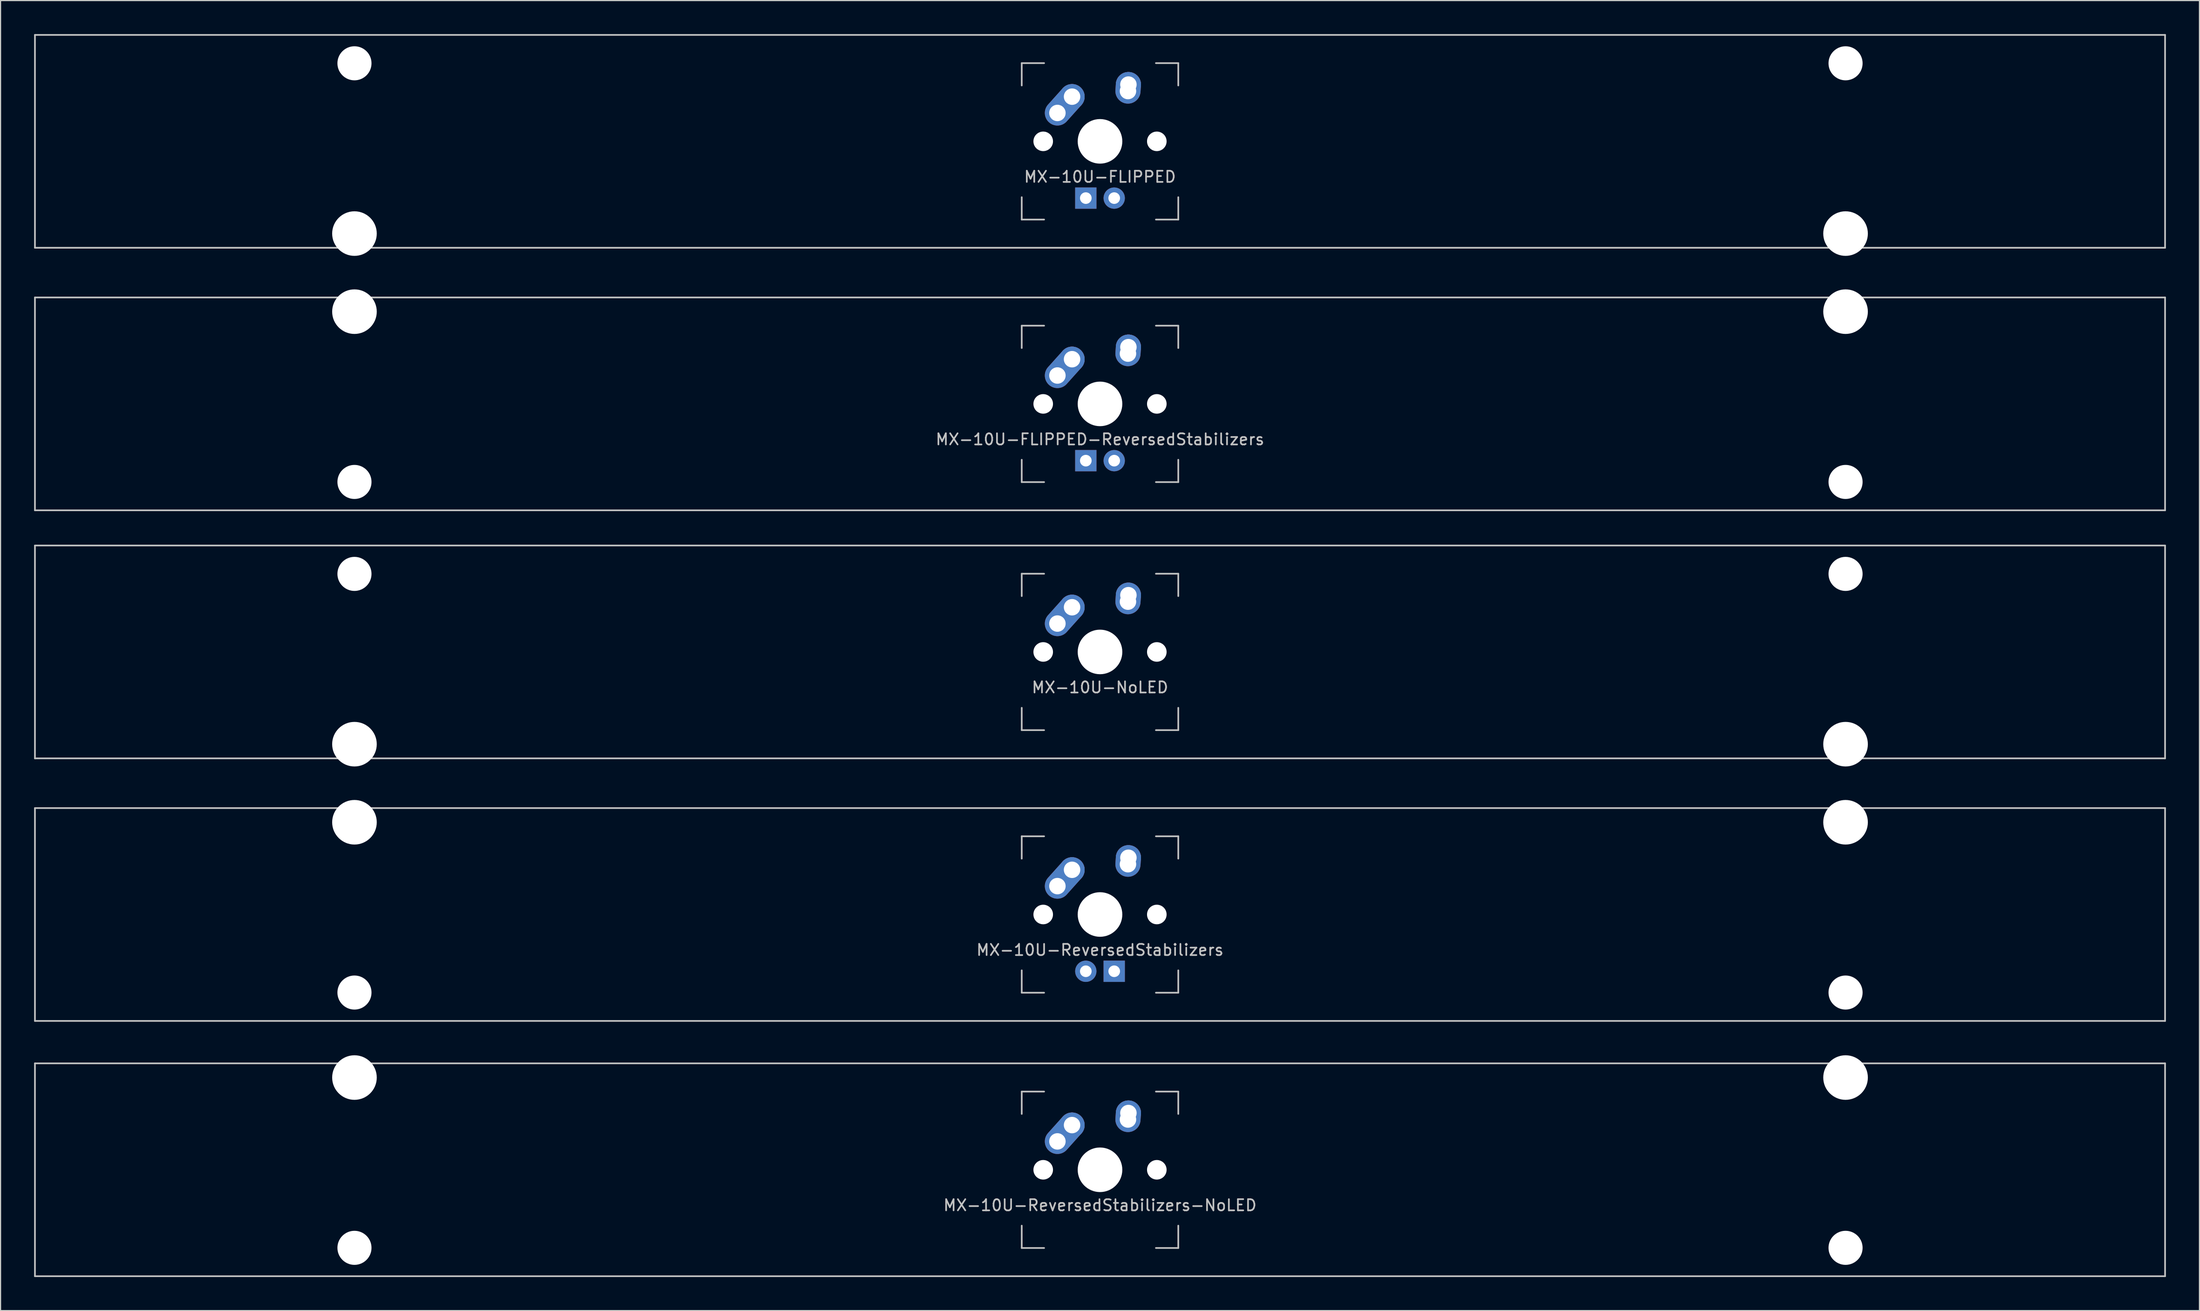
<source format=kicad_pcb>
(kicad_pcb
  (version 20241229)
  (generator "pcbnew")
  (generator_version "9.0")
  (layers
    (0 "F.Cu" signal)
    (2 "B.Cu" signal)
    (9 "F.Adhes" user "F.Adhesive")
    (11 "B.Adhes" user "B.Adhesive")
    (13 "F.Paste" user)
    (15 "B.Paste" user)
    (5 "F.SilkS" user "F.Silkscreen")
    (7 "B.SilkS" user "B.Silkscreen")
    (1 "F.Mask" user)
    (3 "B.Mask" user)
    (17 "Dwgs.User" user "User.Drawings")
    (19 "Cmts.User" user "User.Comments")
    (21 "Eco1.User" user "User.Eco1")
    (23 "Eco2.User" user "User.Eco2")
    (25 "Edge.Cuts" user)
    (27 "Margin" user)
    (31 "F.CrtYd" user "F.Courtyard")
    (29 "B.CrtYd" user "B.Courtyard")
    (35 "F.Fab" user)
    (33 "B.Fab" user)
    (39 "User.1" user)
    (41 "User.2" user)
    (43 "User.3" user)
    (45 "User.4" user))
  (footprint "MX-10U-ReversedStabilizers"
    (layer "F.Cu")
    (at 95.325 78.796)
    (property "Reference" "MX-10U-ReversedStabilizers" (at 0 3.175 0) (layer "Dwgs.User") (effects (font (size 1 1) (thickness 0.15))))
    (attr through_hole)
    (fp_line (start -95.25 -9.525) (end 95.25 -9.525) (stroke (width 0.15) (type solid)) (layer "Dwgs.User"))
    (fp_line (start -95.25 9.525) (end -95.25 -9.525) (stroke (width 0.15) (type solid)) (layer "Dwgs.User"))
    (fp_line (start -95.25 9.525) (end 95.25 9.525) (stroke (width 0.15) (type solid)) (layer "Dwgs.User"))
    (fp_line (start -7 -7) (end -7 -5) (stroke (width 0.15) (type solid)) (layer "Dwgs.User"))
    (fp_line (start -7 5) (end -7 7) (stroke (width 0.15) (type solid)) (layer "Dwgs.User"))
    (fp_line (start -7 7) (end -5 7) (stroke (width 0.15) (type solid)) (layer "Dwgs.User"))
    (fp_line (start -5 -7) (end -7 -7) (stroke (width 0.15) (type solid)) (layer "Dwgs.User"))
    (fp_line (start 5 -7) (end 7 -7) (stroke (width 0.15) (type solid)) (layer "Dwgs.User"))
    (fp_line (start 5 7) (end 7 7) (stroke (width 0.15) (type solid)) (layer "Dwgs.User"))
    (fp_line (start 7 -7) (end 7 -5) (stroke (width 0.15) (type solid)) (layer "Dwgs.User"))
    (fp_line (start 7 7) (end 7 5) (stroke (width 0.15) (type solid)) (layer "Dwgs.User"))
    (fp_line (start 95.25 -9.525) (end 95.25 9.525) (stroke (width 0.15) (type solid)) (layer "Dwgs.User"))
    (pad "" np_thru_hole circle (at -66.675 -8.255) (size 3.988 3.988) (drill 3.988) (layers "*.Cu" "*.Mask"))
    (pad "" np_thru_hole circle (at -66.675 6.985) (size 3.048 3.048) (drill 3.048) (layers "*.Cu" "*.Mask"))
    (pad "" np_thru_hole circle (at -5.08 0 48.1) (size 1.75 1.75) (drill 1.75) (layers "*.Cu" "*.Mask"))
    (pad "" np_thru_hole circle (at 0 0) (size 3.988 3.988) (drill 3.988) (layers "*.Cu" "*.Mask"))
    (pad "" np_thru_hole circle (at 5.08 0 48.1) (size 1.75 1.75) (drill 1.75) (layers "*.Cu" "*.Mask"))
    (pad "" np_thru_hole circle (at 66.675 -8.255) (size 3.988 3.988) (drill 3.988) (layers "*.Cu" "*.Mask"))
    (pad "" np_thru_hole circle (at 66.675 6.985) (size 3.048 3.048) (drill 3.048) (layers "*.Cu" "*.Mask"))
    (pad "1" thru_hole oval (at -3.81 -2.54 48.1) (size 4.212 2.25) (drill 1.47 (offset 0.981 0)) (layers "*.Cu" "*.Mask"))
    (pad "1" thru_hole circle (at -2.5 -4) (size 2.25 2.25) (drill 1.47) (layers "*.Cu" "*.Mask"))
    (pad "2" thru_hole oval (at 2.5 -4.5 86.055) (size 2.831 2.25) (drill 1.47 (offset 0.291 0)) (layers "*.Cu" "*.Mask"))
    (pad "2" thru_hole circle (at 2.54 -5.08) (size 2.25 2.25) (drill 1.47) (layers "*.Cu" "*.Mask"))
    (pad "3" thru_hole circle (at -1.27 5.08) (size 1.905 1.905) (drill 1.04) (layers "*.Cu" "*.Mask"))
    (pad "4" thru_hole rect (at 1.27 5.08) (size 1.905 1.905) (drill 1.04) (layers "*.Cu" "*.Mask")))
  (footprint "MX-10U-FLIPPED"
    (layer "F.Cu")
    (at 95.325 9.6)
    (property "Reference" "MX-10U-FLIPPED" (at 0 3.175 0) (layer "Dwgs.User") (effects (font (size 1 1) (thickness 0.15))))
    (attr through_hole)
    (fp_line (start -95.25 -9.525) (end 95.25 -9.525) (stroke (width 0.15) (type solid)) (layer "Dwgs.User"))
    (fp_line (start -95.25 9.525) (end -95.25 -9.525) (stroke (width 0.15) (type solid)) (layer "Dwgs.User"))
    (fp_line (start -95.25 9.525) (end 95.25 9.525) (stroke (width 0.15) (type solid)) (layer "Dwgs.User"))
    (fp_line (start -7 -7) (end -7 -5) (stroke (width 0.15) (type solid)) (layer "Dwgs.User"))
    (fp_line (start -7 5) (end -7 7) (stroke (width 0.15) (type solid)) (layer "Dwgs.User"))
    (fp_line (start -7 7) (end -5 7) (stroke (width 0.15) (type solid)) (layer "Dwgs.User"))
    (fp_line (start -5 -7) (end -7 -7) (stroke (width 0.15) (type solid)) (layer "Dwgs.User"))
    (fp_line (start 5 -7) (end 7 -7) (stroke (width 0.15) (type solid)) (layer "Dwgs.User"))
    (fp_line (start 5 7) (end 7 7) (stroke (width 0.15) (type solid)) (layer "Dwgs.User"))
    (fp_line (start 7 -7) (end 7 -5) (stroke (width 0.15) (type solid)) (layer "Dwgs.User"))
    (fp_line (start 7 7) (end 7 5) (stroke (width 0.15) (type solid)) (layer "Dwgs.User"))
    (fp_line (start 95.25 -9.525) (end 95.25 9.525) (stroke (width 0.15) (type solid)) (layer "Dwgs.User"))
    (pad "" np_thru_hole circle (at -66.675 -6.985) (size 3.048 3.048) (drill 3.048) (layers "*.Cu" "*.Mask"))
    (pad "" np_thru_hole circle (at -66.675 8.255) (size 3.988 3.988) (drill 3.988) (layers "*.Cu" "*.Mask"))
    (pad "" np_thru_hole circle (at -5.08 0 48.1) (size 1.75 1.75) (drill 1.75) (layers "*.Cu" "*.Mask"))
    (pad "" np_thru_hole circle (at 0 0) (size 3.988 3.988) (drill 3.988) (layers "*.Cu" "*.Mask"))
    (pad "" np_thru_hole circle (at 5.08 0 48.1) (size 1.75 1.75) (drill 1.75) (layers "*.Cu" "*.Mask"))
    (pad "" np_thru_hole circle (at 66.675 -6.985) (size 3.048 3.048) (drill 3.048) (layers "*.Cu" "*.Mask"))
    (pad "" np_thru_hole circle (at 66.675 8.255) (size 3.988 3.988) (drill 3.988) (layers "*.Cu" "*.Mask"))
    (pad "1" thru_hole oval (at -3.81 -2.54 48.1) (size 4.212 2.25) (drill 1.47 (offset 0.981 0)) (layers "*.Cu" "*.Mask"))
    (pad "1" thru_hole circle (at -2.5 -4) (size 2.25 2.25) (drill 1.47) (layers "*.Cu" "*.Mask"))
    (pad "2" thru_hole oval (at 2.5 -4.5 86.055) (size 2.831 2.25) (drill 1.47 (offset 0.291 0)) (layers "*.Cu" "*.Mask"))
    (pad "2" thru_hole circle (at 2.54 -5.08) (size 2.25 2.25) (drill 1.47) (layers "*.Cu" "*.Mask"))
    (pad "3" thru_hole circle (at 1.27 5.08) (size 1.905 1.905) (drill 1.04) (layers "*.Cu" "*.Mask"))
    (pad "4" thru_hole rect (at -1.27 5.08) (size 1.905 1.905) (drill 1.04) (layers "*.Cu" "*.Mask")))
  (footprint "MX-10U-ReversedStabilizers-NoLED"
    (layer "F.Cu")
    (at 95.325 101.644)
    (property "Reference" "MX-10U-ReversedStabilizers-NoLED" (at 0 3.175 0) (layer "Dwgs.User") (effects (font (size 1 1) (thickness 0.15))))
    (attr through_hole)
    (fp_line (start -95.25 -9.525) (end 95.25 -9.525) (stroke (width 0.15) (type solid)) (layer "Dwgs.User"))
    (fp_line (start -95.25 9.525) (end -95.25 -9.525) (stroke (width 0.15) (type solid)) (layer "Dwgs.User"))
    (fp_line (start -95.25 9.525) (end 95.25 9.525) (stroke (width 0.15) (type solid)) (layer "Dwgs.User"))
    (fp_line (start -7 -7) (end -7 -5) (stroke (width 0.15) (type solid)) (layer "Dwgs.User"))
    (fp_line (start -7 5) (end -7 7) (stroke (width 0.15) (type solid)) (layer "Dwgs.User"))
    (fp_line (start -7 7) (end -5 7) (stroke (width 0.15) (type solid)) (layer "Dwgs.User"))
    (fp_line (start -5 -7) (end -7 -7) (stroke (width 0.15) (type solid)) (layer "Dwgs.User"))
    (fp_line (start 5 -7) (end 7 -7) (stroke (width 0.15) (type solid)) (layer "Dwgs.User"))
    (fp_line (start 5 7) (end 7 7) (stroke (width 0.15) (type solid)) (layer "Dwgs.User"))
    (fp_line (start 7 -7) (end 7 -5) (stroke (width 0.15) (type solid)) (layer "Dwgs.User"))
    (fp_line (start 7 7) (end 7 5) (stroke (width 0.15) (type solid)) (layer "Dwgs.User"))
    (fp_line (start 95.25 -9.525) (end 95.25 9.525) (stroke (width 0.15) (type solid)) (layer "Dwgs.User"))
    (pad "" np_thru_hole circle (at -66.675 -8.255) (size 3.988 3.988) (drill 3.988) (layers "*.Cu" "*.Mask"))
    (pad "" np_thru_hole circle (at -66.675 6.985) (size 3.048 3.048) (drill 3.048) (layers "*.Cu" "*.Mask"))
    (pad "" np_thru_hole circle (at -5.08 0 48.1) (size 1.75 1.75) (drill 1.75) (layers "*.Cu" "*.Mask"))
    (pad "" np_thru_hole circle (at 0 0) (size 3.988 3.988) (drill 3.988) (layers "*.Cu" "*.Mask"))
    (pad "" np_thru_hole circle (at 5.08 0 48.1) (size 1.75 1.75) (drill 1.75) (layers "*.Cu" "*.Mask"))
    (pad "" np_thru_hole circle (at 66.675 -8.255) (size 3.988 3.988) (drill 3.988) (layers "*.Cu" "*.Mask"))
    (pad "" np_thru_hole circle (at 66.675 6.985) (size 3.048 3.048) (drill 3.048) (layers "*.Cu" "*.Mask"))
    (pad "1" thru_hole oval (at -3.81 -2.54 48.1) (size 4.212 2.25) (drill 1.47 (offset 0.981 0)) (layers "*.Cu" "*.Mask"))
    (pad "1" thru_hole circle (at -2.5 -4) (size 2.25 2.25) (drill 1.47) (layers "*.Cu" "*.Mask"))
    (pad "2" thru_hole oval (at 2.5 -4.5 86.055) (size 2.831 2.25) (drill 1.47 (offset 0.291 0)) (layers "*.Cu" "*.Mask"))
    (pad "2" thru_hole circle (at 2.54 -5.08) (size 2.25 2.25) (drill 1.47) (layers "*.Cu" "*.Mask")))
  (footprint "MX-10U-FLIPPED-ReversedStabilizers"
    (layer "F.Cu")
    (at 95.325 33.098)
    (property "Reference" "MX-10U-FLIPPED-ReversedStabilizers" (at 0 3.175 0) (layer "Dwgs.User") (effects (font (size 1 1) (thickness 0.15))))
    (attr through_hole)
    (fp_line (start -95.25 -9.525) (end 95.25 -9.525) (stroke (width 0.15) (type solid)) (layer "Dwgs.User"))
    (fp_line (start -95.25 9.525) (end -95.25 -9.525) (stroke (width 0.15) (type solid)) (layer "Dwgs.User"))
    (fp_line (start -95.25 9.525) (end 95.25 9.525) (stroke (width 0.15) (type solid)) (layer "Dwgs.User"))
    (fp_line (start -7 -7) (end -7 -5) (stroke (width 0.15) (type solid)) (layer "Dwgs.User"))
    (fp_line (start -7 5) (end -7 7) (stroke (width 0.15) (type solid)) (layer "Dwgs.User"))
    (fp_line (start -7 7) (end -5 7) (stroke (width 0.15) (type solid)) (layer "Dwgs.User"))
    (fp_line (start -5 -7) (end -7 -7) (stroke (width 0.15) (type solid)) (layer "Dwgs.User"))
    (fp_line (start 5 -7) (end 7 -7) (stroke (width 0.15) (type solid)) (layer "Dwgs.User"))
    (fp_line (start 5 7) (end 7 7) (stroke (width 0.15) (type solid)) (layer "Dwgs.User"))
    (fp_line (start 7 -7) (end 7 -5) (stroke (width 0.15) (type solid)) (layer "Dwgs.User"))
    (fp_line (start 7 7) (end 7 5) (stroke (width 0.15) (type solid)) (layer "Dwgs.User"))
    (fp_line (start 95.25 -9.525) (end 95.25 9.525) (stroke (width 0.15) (type solid)) (layer "Dwgs.User"))
    (pad "" np_thru_hole circle (at -66.675 -8.255) (size 3.988 3.988) (drill 3.988) (layers "*.Cu" "*.Mask"))
    (pad "" np_thru_hole circle (at -66.675 6.985) (size 3.048 3.048) (drill 3.048) (layers "*.Cu" "*.Mask"))
    (pad "" np_thru_hole circle (at -5.08 0 48.1) (size 1.75 1.75) (drill 1.75) (layers "*.Cu" "*.Mask"))
    (pad "" np_thru_hole circle (at 0 0) (size 3.988 3.988) (drill 3.988) (layers "*.Cu" "*.Mask"))
    (pad "" np_thru_hole circle (at 5.08 0 48.1) (size 1.75 1.75) (drill 1.75) (layers "*.Cu" "*.Mask"))
    (pad "" np_thru_hole circle (at 66.675 -8.255) (size 3.988 3.988) (drill 3.988) (layers "*.Cu" "*.Mask"))
    (pad "" np_thru_hole circle (at 66.675 6.985) (size 3.048 3.048) (drill 3.048) (layers "*.Cu" "*.Mask"))
    (pad "1" thru_hole oval (at -3.81 -2.54 48.1) (size 4.212 2.25) (drill 1.47 (offset 0.981 0)) (layers "*.Cu" "*.Mask"))
    (pad "1" thru_hole circle (at -2.5 -4) (size 2.25 2.25) (drill 1.47) (layers "*.Cu" "*.Mask"))
    (pad "2" thru_hole oval (at 2.5 -4.5 86.055) (size 2.831 2.25) (drill 1.47 (offset 0.291 0)) (layers "*.Cu" "*.Mask"))
    (pad "2" thru_hole circle (at 2.54 -5.08) (size 2.25 2.25) (drill 1.47) (layers "*.Cu" "*.Mask"))
    (pad "3" thru_hole circle (at 1.27 5.08) (size 1.905 1.905) (drill 1.04) (layers "*.Cu" "*.Mask"))
    (pad "4" thru_hole rect (at -1.27 5.08) (size 1.905 1.905) (drill 1.04) (layers "*.Cu" "*.Mask")))
  (footprint "MX-10U-NoLED"
    (layer "F.Cu")
    (at 95.325 55.298)
    (property "Reference" "MX-10U-NoLED" (at 0 3.175 0) (layer "Dwgs.User") (effects (font (size 1 1) (thickness 0.15))))
    (attr through_hole)
    (fp_line (start -95.25 -9.525) (end 95.25 -9.525) (stroke (width 0.15) (type solid)) (layer "Dwgs.User"))
    (fp_line (start -95.25 9.525) (end -95.25 -9.525) (stroke (width 0.15) (type solid)) (layer "Dwgs.User"))
    (fp_line (start -95.25 9.525) (end 95.25 9.525) (stroke (width 0.15) (type solid)) (layer "Dwgs.User"))
    (fp_line (start -7 -7) (end -7 -5) (stroke (width 0.15) (type solid)) (layer "Dwgs.User"))
    (fp_line (start -7 5) (end -7 7) (stroke (width 0.15) (type solid)) (layer "Dwgs.User"))
    (fp_line (start -7 7) (end -5 7) (stroke (width 0.15) (type solid)) (layer "Dwgs.User"))
    (fp_line (start -5 -7) (end -7 -7) (stroke (width 0.15) (type solid)) (layer "Dwgs.User"))
    (fp_line (start 5 -7) (end 7 -7) (stroke (width 0.15) (type solid)) (layer "Dwgs.User"))
    (fp_line (start 5 7) (end 7 7) (stroke (width 0.15) (type solid)) (layer "Dwgs.User"))
    (fp_line (start 7 -7) (end 7 -5) (stroke (width 0.15) (type solid)) (layer "Dwgs.User"))
    (fp_line (start 7 7) (end 7 5) (stroke (width 0.15) (type solid)) (layer "Dwgs.User"))
    (fp_line (start 95.25 -9.525) (end 95.25 9.525) (stroke (width 0.15) (type solid)) (layer "Dwgs.User"))
    (pad "" np_thru_hole circle (at -66.675 -6.985) (size 3.048 3.048) (drill 3.048) (layers "*.Cu" "*.Mask"))
    (pad "" np_thru_hole circle (at -66.675 8.255) (size 3.988 3.988) (drill 3.988) (layers "*.Cu" "*.Mask"))
    (pad "" np_thru_hole circle (at -5.08 0 48.1) (size 1.75 1.75) (drill 1.75) (layers "*.Cu" "*.Mask"))
    (pad "" np_thru_hole circle (at 0 0) (size 3.988 3.988) (drill 3.988) (layers "*.Cu" "*.Mask"))
    (pad "" np_thru_hole circle (at 5.08 0 48.1) (size 1.75 1.75) (drill 1.75) (layers "*.Cu" "*.Mask"))
    (pad "" np_thru_hole circle (at 66.675 -6.985) (size 3.048 3.048) (drill 3.048) (layers "*.Cu" "*.Mask"))
    (pad "" np_thru_hole circle (at 66.675 8.255) (size 3.988 3.988) (drill 3.988) (layers "*.Cu" "*.Mask"))
    (pad "1" thru_hole oval (at -3.81 -2.54 48.1) (size 4.212 2.25) (drill 1.47 (offset 0.981 0)) (layers "*.Cu" "*.Mask"))
    (pad "1" thru_hole circle (at -2.5 -4) (size 2.25 2.25) (drill 1.47) (layers "*.Cu" "*.Mask"))
    (pad "2" thru_hole oval (at 2.5 -4.5 86.055) (size 2.831 2.25) (drill 1.47 (offset 0.291 0)) (layers "*.Cu" "*.Mask"))
    (pad "2" thru_hole circle (at 2.54 -5.08) (size 2.25 2.25) (drill 1.47) (layers "*.Cu" "*.Mask")))
  (gr_rect
    (start -3 -3)
    (end 193.65 114.245)
    (stroke (width 0.1) (type default))
    (fill no)
    (layer "Edge.Cuts")))
</source>
